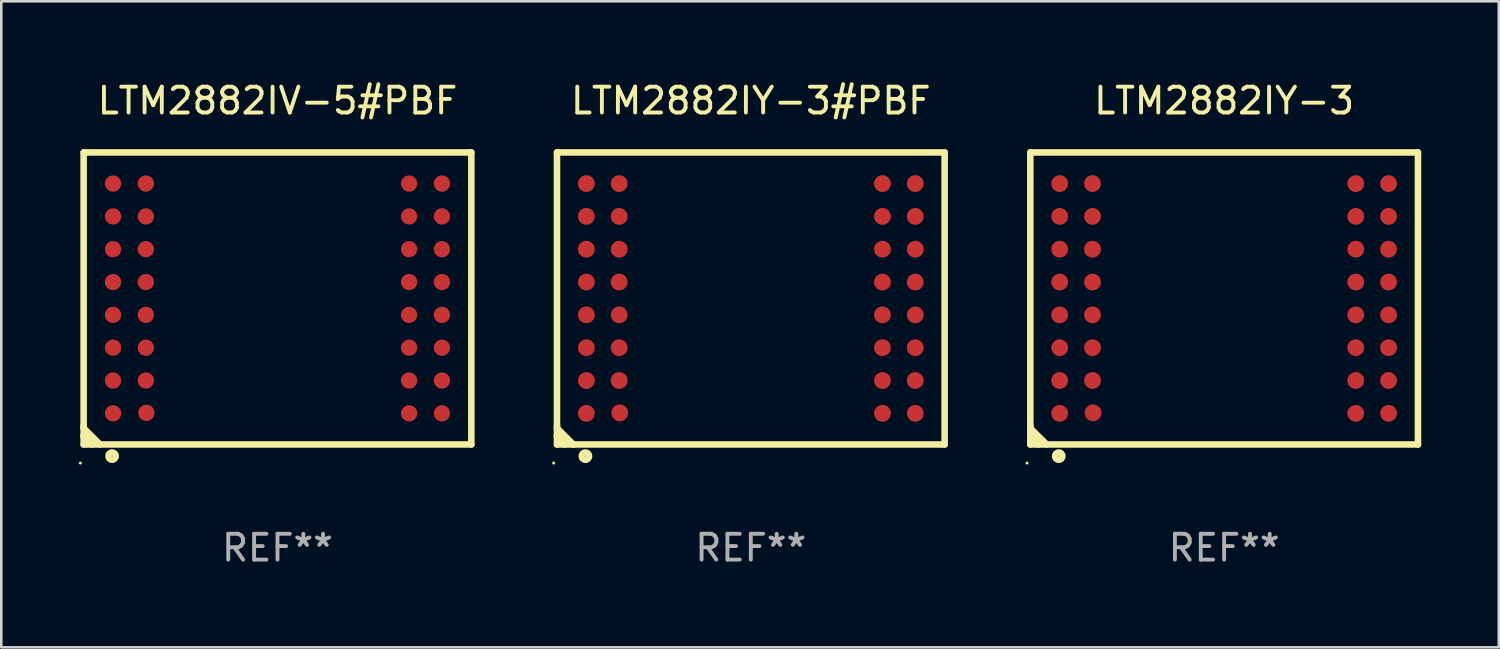
<source format=kicad_pcb>
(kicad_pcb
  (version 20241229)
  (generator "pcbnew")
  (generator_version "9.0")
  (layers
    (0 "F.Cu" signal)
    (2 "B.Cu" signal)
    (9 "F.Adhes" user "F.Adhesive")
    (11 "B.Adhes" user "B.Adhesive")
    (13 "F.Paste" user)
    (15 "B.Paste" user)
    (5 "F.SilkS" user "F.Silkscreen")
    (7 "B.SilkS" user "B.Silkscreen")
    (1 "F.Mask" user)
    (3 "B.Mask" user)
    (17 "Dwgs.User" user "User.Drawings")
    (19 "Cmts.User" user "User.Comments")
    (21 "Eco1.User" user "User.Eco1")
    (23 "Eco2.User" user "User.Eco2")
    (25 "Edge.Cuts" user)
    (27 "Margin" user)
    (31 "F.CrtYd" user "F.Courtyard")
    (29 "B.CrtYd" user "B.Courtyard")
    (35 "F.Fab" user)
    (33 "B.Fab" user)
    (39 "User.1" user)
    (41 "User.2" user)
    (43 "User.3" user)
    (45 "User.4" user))
  (footprint "LTM2882IV-5#PBF"
    (layer "F.Cu")
    (at 7.687 8.498)
    (property "Reference" "LTM2882IV-5#PBF" (at 0 -7.65 0) (layer "F.SilkS") (effects (font (size 1 1) (thickness 0.15))))
    (attr through_hole)
    (fp_line (start -7.5 -5.65) (end -7.5 5.65) (stroke (width 0.254) (type solid)) (layer "F.SilkS"))
    (fp_line (start -7.5 -5.65) (end 7.5 -5.65) (stroke (width 0.254) (type solid)) (layer "F.SilkS"))
    (fp_line (start -7.5 4.911) (end -7.5 5.02) (stroke (width 0.254) (type solid)) (layer "F.SilkS"))
    (fp_line (start -7.5 5.02) (end -6.87 5.65) (stroke (width 0.254) (type solid)) (layer "F.SilkS"))
    (fp_line (start -7.5 5.286) (end -7.5 5.347) (stroke (width 0.254) (type solid)) (layer "F.SilkS"))
    (fp_line (start -7.5 5.347) (end -7.197 5.65) (stroke (width 0.254) (type solid)) (layer "F.SilkS"))
    (fp_line (start -7.5 5.65) (end 7.5 5.65) (stroke (width 0.254) (type solid)) (layer "F.SilkS"))
    (fp_line (start 7.5 -5.65) (end 7.5 5.65) (stroke (width 0.254) (type solid)) (layer "F.SilkS"))
    (fp_circle (center -7.627 6.369) (end -7.597 6.369) (stroke (width 0.06) (type solid)) (fill no) (layer "F.SilkS"))
    (fp_circle (center -6.4 6.1) (end -6.259 6.1) (stroke (width 0.254) (type solid)) (fill no) (layer "F.SilkS"))
    (fp_text user "REF**" (at 0 9.65 0) (layer "F.Fab") (effects (font (size 1 1) (thickness 0.15))))
    (pad "A1" smd circle (at -6.363 4.445) (size 0.63 0.63) (layers "F.Cu" "F.Mask" "F.Paste"))
    (pad "A2" smd circle (at -6.363 3.175) (size 0.63 0.63) (layers "F.Cu" "F.Mask" "F.Paste"))
    (pad "A3" smd circle (at -6.363 1.905) (size 0.63 0.63) (layers "F.Cu" "F.Mask" "F.Paste"))
    (pad "A4" smd circle (at -6.363 0.635) (size 0.63 0.63) (layers "F.Cu" "F.Mask" "F.Paste"))
    (pad "A5" smd circle (at -6.363 -0.635) (size 0.63 0.63) (layers "F.Cu" "F.Mask" "F.Paste"))
    (pad "A6" smd circle (at -6.363 -1.905) (size 0.63 0.63) (layers "F.Cu" "F.Mask" "F.Paste"))
    (pad "A7" smd circle (at -6.363 -3.175) (size 0.63 0.63) (layers "F.Cu" "F.Mask" "F.Paste"))
    (pad "A8" smd circle (at -6.363 -4.445) (size 0.63 0.63) (layers "F.Cu" "F.Mask" "F.Paste"))
    (pad "B1" smd circle (at -5.072 4.425) (size 0.63 0.63) (layers "F.Cu" "F.Mask" "F.Paste"))
    (pad "B2" smd circle (at -5.093 3.175) (size 0.63 0.63) (layers "F.Cu" "F.Mask" "F.Paste"))
    (pad "B3" smd circle (at -5.093 1.905) (size 0.63 0.63) (layers "F.Cu" "F.Mask" "F.Paste"))
    (pad "B4" smd circle (at -5.093 0.635) (size 0.63 0.63) (layers "F.Cu" "F.Mask" "F.Paste"))
    (pad "B5" smd circle (at -5.093 -0.635) (size 0.63 0.63) (layers "F.Cu" "F.Mask" "F.Paste"))
    (pad "B6" smd circle (at -5.093 -1.905) (size 0.63 0.63) (layers "F.Cu" "F.Mask" "F.Paste"))
    (pad "B7" smd circle (at -5.093 -3.175) (size 0.63 0.63) (layers "F.Cu" "F.Mask" "F.Paste"))
    (pad "B8" smd circle (at -5.093 -4.445) (size 0.63 0.63) (layers "F.Cu" "F.Mask" "F.Paste"))
    (pad "K1" smd circle (at 5.093 4.445) (size 0.63 0.63) (layers "F.Cu" "F.Mask" "F.Paste"))
    (pad "K2" smd circle (at 5.093 3.175) (size 0.63 0.63) (layers "F.Cu" "F.Mask" "F.Paste"))
    (pad "K3" smd circle (at 5.093 1.905) (size 0.63 0.63) (layers "F.Cu" "F.Mask" "F.Paste"))
    (pad "K4" smd circle (at 5.093 0.635) (size 0.63 0.63) (layers "F.Cu" "F.Mask" "F.Paste"))
    (pad "K5" smd circle (at 5.093 -0.635) (size 0.63 0.63) (layers "F.Cu" "F.Mask" "F.Paste"))
    (pad "K6" smd circle (at 5.093 -1.905) (size 0.63 0.63) (layers "F.Cu" "F.Mask" "F.Paste"))
    (pad "K7" smd circle (at 5.093 -3.175) (size 0.63 0.63) (layers "F.Cu" "F.Mask" "F.Paste"))
    (pad "K8" smd circle (at 5.093 -4.445) (size 0.63 0.63) (layers "F.Cu" "F.Mask" "F.Paste"))
    (pad "L1" smd circle (at 6.363 4.445) (size 0.63 0.63) (layers "F.Cu" "F.Mask" "F.Paste"))
    (pad "L2" smd circle (at 6.363 3.175) (size 0.63 0.63) (layers "F.Cu" "F.Mask" "F.Paste"))
    (pad "L3" smd circle (at 6.363 1.905) (size 0.63 0.63) (layers "F.Cu" "F.Mask" "F.Paste"))
    (pad "L4" smd circle (at 6.363 0.635) (size 0.63 0.63) (layers "F.Cu" "F.Mask" "F.Paste"))
    (pad "L5" smd circle (at 6.363 -0.635) (size 0.63 0.63) (layers "F.Cu" "F.Mask" "F.Paste"))
    (pad "L6" smd circle (at 6.363 -1.905) (size 0.63 0.63) (layers "F.Cu" "F.Mask" "F.Paste"))
    (pad "L7" smd circle (at 6.363 -3.175) (size 0.63 0.63) (layers "F.Cu" "F.Mask" "F.Paste"))
    (pad "L8" smd circle (at 6.363 -4.445) (size 0.63 0.63) (layers "F.Cu" "F.Mask" "F.Paste")))
  (footprint "LTM2882IY-3#PBF"
    (layer "F.Cu")
    (at 26.001 8.498)
    (property "Reference" "LTM2882IY-3#PBF" (at 0 -7.65 0) (layer "F.SilkS") (effects (font (size 1 1) (thickness 0.15))))
    (attr through_hole)
    (fp_line (start -7.5 -5.65) (end -7.5 5.65) (stroke (width 0.254) (type solid)) (layer "F.SilkS"))
    (fp_line (start -7.5 -5.65) (end 7.5 -5.65) (stroke (width 0.254) (type solid)) (layer "F.SilkS"))
    (fp_line (start -7.5 4.911) (end -7.5 5.02) (stroke (width 0.254) (type solid)) (layer "F.SilkS"))
    (fp_line (start -7.5 5.02) (end -6.87 5.65) (stroke (width 0.254) (type solid)) (layer "F.SilkS"))
    (fp_line (start -7.5 5.286) (end -7.5 5.347) (stroke (width 0.254) (type solid)) (layer "F.SilkS"))
    (fp_line (start -7.5 5.347) (end -7.197 5.65) (stroke (width 0.254) (type solid)) (layer "F.SilkS"))
    (fp_line (start -7.5 5.65) (end 7.5 5.65) (stroke (width 0.254) (type solid)) (layer "F.SilkS"))
    (fp_line (start 7.5 -5.65) (end 7.5 5.65) (stroke (width 0.254) (type solid)) (layer "F.SilkS"))
    (fp_circle (center -7.627 6.369) (end -7.597 6.369) (stroke (width 0.06) (type solid)) (fill no) (layer "F.SilkS"))
    (fp_circle (center -6.4 6.1) (end -6.259 6.1) (stroke (width 0.254) (type solid)) (fill no) (layer "F.SilkS"))
    (fp_text user "REF**" (at 0 9.65 0) (layer "F.Fab") (effects (font (size 1 1) (thickness 0.15))))
    (pad "A1" smd circle (at -6.363 4.445) (size 0.65 0.65) (layers "F.Cu" "F.Mask" "F.Paste"))
    (pad "A2" smd circle (at -6.363 3.175) (size 0.65 0.65) (layers "F.Cu" "F.Mask" "F.Paste"))
    (pad "A3" smd circle (at -6.363 1.905) (size 0.65 0.65) (layers "F.Cu" "F.Mask" "F.Paste"))
    (pad "A4" smd circle (at -6.363 0.635) (size 0.65 0.65) (layers "F.Cu" "F.Mask" "F.Paste"))
    (pad "A5" smd circle (at -6.363 -0.635) (size 0.65 0.65) (layers "F.Cu" "F.Mask" "F.Paste"))
    (pad "A6" smd circle (at -6.363 -1.905) (size 0.65 0.65) (layers "F.Cu" "F.Mask" "F.Paste"))
    (pad "A7" smd circle (at -6.363 -3.175) (size 0.65 0.65) (layers "F.Cu" "F.Mask" "F.Paste"))
    (pad "A8" smd circle (at -6.363 -4.445) (size 0.65 0.65) (layers "F.Cu" "F.Mask" "F.Paste"))
    (pad "B1" smd circle (at -5.072 4.425) (size 0.65 0.65) (layers "F.Cu" "F.Mask" "F.Paste"))
    (pad "B2" smd circle (at -5.093 3.175) (size 0.65 0.65) (layers "F.Cu" "F.Mask" "F.Paste"))
    (pad "B3" smd circle (at -5.093 1.905) (size 0.65 0.65) (layers "F.Cu" "F.Mask" "F.Paste"))
    (pad "B4" smd circle (at -5.093 0.635) (size 0.65 0.65) (layers "F.Cu" "F.Mask" "F.Paste"))
    (pad "B5" smd circle (at -5.093 -0.635) (size 0.65 0.65) (layers "F.Cu" "F.Mask" "F.Paste"))
    (pad "B6" smd circle (at -5.093 -1.905) (size 0.65 0.65) (layers "F.Cu" "F.Mask" "F.Paste"))
    (pad "B7" smd circle (at -5.093 -3.175) (size 0.65 0.65) (layers "F.Cu" "F.Mask" "F.Paste"))
    (pad "B8" smd circle (at -5.093 -4.445) (size 0.65 0.65) (layers "F.Cu" "F.Mask" "F.Paste"))
    (pad "K1" smd circle (at 5.093 4.445) (size 0.65 0.65) (layers "F.Cu" "F.Mask" "F.Paste"))
    (pad "K2" smd circle (at 5.093 3.175) (size 0.65 0.65) (layers "F.Cu" "F.Mask" "F.Paste"))
    (pad "K3" smd circle (at 5.093 1.905) (size 0.65 0.65) (layers "F.Cu" "F.Mask" "F.Paste"))
    (pad "K4" smd circle (at 5.093 0.635) (size 0.65 0.65) (layers "F.Cu" "F.Mask" "F.Paste"))
    (pad "K5" smd circle (at 5.093 -0.635) (size 0.65 0.65) (layers "F.Cu" "F.Mask" "F.Paste"))
    (pad "K6" smd circle (at 5.093 -1.905) (size 0.65 0.65) (layers "F.Cu" "F.Mask" "F.Paste"))
    (pad "K7" smd circle (at 5.093 -3.175) (size 0.65 0.65) (layers "F.Cu" "F.Mask" "F.Paste"))
    (pad "K8" smd circle (at 5.093 -4.445) (size 0.65 0.65) (layers "F.Cu" "F.Mask" "F.Paste"))
    (pad "L1" smd circle (at 6.363 4.445) (size 0.65 0.65) (layers "F.Cu" "F.Mask" "F.Paste"))
    (pad "L2" smd circle (at 6.363 3.175) (size 0.65 0.65) (layers "F.Cu" "F.Mask" "F.Paste"))
    (pad "L3" smd circle (at 6.363 1.905) (size 0.65 0.65) (layers "F.Cu" "F.Mask" "F.Paste"))
    (pad "L4" smd circle (at 6.363 0.635) (size 0.65 0.65) (layers "F.Cu" "F.Mask" "F.Paste"))
    (pad "L5" smd circle (at 6.363 -0.635) (size 0.65 0.65) (layers "F.Cu" "F.Mask" "F.Paste"))
    (pad "L6" smd circle (at 6.363 -1.905) (size 0.65 0.65) (layers "F.Cu" "F.Mask" "F.Paste"))
    (pad "L7" smd circle (at 6.363 -3.175) (size 0.65 0.65) (layers "F.Cu" "F.Mask" "F.Paste"))
    (pad "L8" smd circle (at 6.363 -4.445) (size 0.65 0.65) (layers "F.Cu" "F.Mask" "F.Paste")))
  (footprint "LTM2882IY-3"
    (layer "F.Cu")
    (at 44.315 8.498)
    (property "Reference" "LTM2882IY-3" (at 0 -7.65 0) (layer "F.SilkS") (effects (font (size 1 1) (thickness 0.15))))
    (attr through_hole)
    (fp_line (start -7.5 -5.65) (end -7.5 5.65) (stroke (width 0.254) (type solid)) (layer "F.SilkS"))
    (fp_line (start -7.5 -5.65) (end 7.5 -5.65) (stroke (width 0.254) (type solid)) (layer "F.SilkS"))
    (fp_line (start -7.5 4.911) (end -7.5 5.02) (stroke (width 0.254) (type solid)) (layer "F.SilkS"))
    (fp_line (start -7.5 5.02) (end -6.87 5.65) (stroke (width 0.254) (type solid)) (layer "F.SilkS"))
    (fp_line (start -7.5 5.286) (end -7.5 5.347) (stroke (width 0.254) (type solid)) (layer "F.SilkS"))
    (fp_line (start -7.5 5.347) (end -7.197 5.65) (stroke (width 0.254) (type solid)) (layer "F.SilkS"))
    (fp_line (start -7.5 5.65) (end 7.5 5.65) (stroke (width 0.254) (type solid)) (layer "F.SilkS"))
    (fp_line (start 7.5 -5.65) (end 7.5 5.65) (stroke (width 0.254) (type solid)) (layer "F.SilkS"))
    (fp_circle (center -7.627 6.369) (end -7.597 6.369) (stroke (width 0.06) (type solid)) (fill no) (layer "F.SilkS"))
    (fp_circle (center -6.4 6.1) (end -6.259 6.1) (stroke (width 0.254) (type solid)) (fill no) (layer "F.SilkS"))
    (fp_text user "REF**" (at 0 9.65 0) (layer "F.Fab") (effects (font (size 1 1) (thickness 0.15))))
    (pad "A1" smd circle (at -6.363 4.445) (size 0.65 0.65) (layers "F.Cu" "F.Mask" "F.Paste"))
    (pad "A2" smd circle (at -6.363 3.175) (size 0.65 0.65) (layers "F.Cu" "F.Mask" "F.Paste"))
    (pad "A3" smd circle (at -6.363 1.905) (size 0.65 0.65) (layers "F.Cu" "F.Mask" "F.Paste"))
    (pad "A4" smd circle (at -6.363 0.635) (size 0.65 0.65) (layers "F.Cu" "F.Mask" "F.Paste"))
    (pad "A5" smd circle (at -6.363 -0.635) (size 0.65 0.65) (layers "F.Cu" "F.Mask" "F.Paste"))
    (pad "A6" smd circle (at -6.363 -1.905) (size 0.65 0.65) (layers "F.Cu" "F.Mask" "F.Paste"))
    (pad "A7" smd circle (at -6.363 -3.175) (size 0.65 0.65) (layers "F.Cu" "F.Mask" "F.Paste"))
    (pad "A8" smd circle (at -6.363 -4.445) (size 0.65 0.65) (layers "F.Cu" "F.Mask" "F.Paste"))
    (pad "B1" smd circle (at -5.072 4.425) (size 0.65 0.65) (layers "F.Cu" "F.Mask" "F.Paste"))
    (pad "B2" smd circle (at -5.093 3.175) (size 0.65 0.65) (layers "F.Cu" "F.Mask" "F.Paste"))
    (pad "B3" smd circle (at -5.093 1.905) (size 0.65 0.65) (layers "F.Cu" "F.Mask" "F.Paste"))
    (pad "B4" smd circle (at -5.093 0.635) (size 0.65 0.65) (layers "F.Cu" "F.Mask" "F.Paste"))
    (pad "B5" smd circle (at -5.093 -0.635) (size 0.65 0.65) (layers "F.Cu" "F.Mask" "F.Paste"))
    (pad "B6" smd circle (at -5.093 -1.905) (size 0.65 0.65) (layers "F.Cu" "F.Mask" "F.Paste"))
    (pad "B7" smd circle (at -5.093 -3.175) (size 0.65 0.65) (layers "F.Cu" "F.Mask" "F.Paste"))
    (pad "B8" smd circle (at -5.093 -4.445) (size 0.65 0.65) (layers "F.Cu" "F.Mask" "F.Paste"))
    (pad "K1" smd circle (at 5.093 4.445) (size 0.65 0.65) (layers "F.Cu" "F.Mask" "F.Paste"))
    (pad "K2" smd circle (at 5.093 3.175) (size 0.65 0.65) (layers "F.Cu" "F.Mask" "F.Paste"))
    (pad "K3" smd circle (at 5.093 1.905) (size 0.65 0.65) (layers "F.Cu" "F.Mask" "F.Paste"))
    (pad "K4" smd circle (at 5.093 0.635) (size 0.65 0.65) (layers "F.Cu" "F.Mask" "F.Paste"))
    (pad "K5" smd circle (at 5.093 -0.635) (size 0.65 0.65) (layers "F.Cu" "F.Mask" "F.Paste"))
    (pad "K6" smd circle (at 5.093 -1.905) (size 0.65 0.65) (layers "F.Cu" "F.Mask" "F.Paste"))
    (pad "K7" smd circle (at 5.093 -3.175) (size 0.65 0.65) (layers "F.Cu" "F.Mask" "F.Paste"))
    (pad "K8" smd circle (at 5.093 -4.445) (size 0.65 0.65) (layers "F.Cu" "F.Mask" "F.Paste"))
    (pad "L1" smd circle (at 6.363 4.445) (size 0.65 0.65) (layers "F.Cu" "F.Mask" "F.Paste"))
    (pad "L2" smd circle (at 6.363 3.175) (size 0.65 0.65) (layers "F.Cu" "F.Mask" "F.Paste"))
    (pad "L3" smd circle (at 6.363 1.905) (size 0.65 0.65) (layers "F.Cu" "F.Mask" "F.Paste"))
    (pad "L4" smd circle (at 6.363 0.635) (size 0.65 0.65) (layers "F.Cu" "F.Mask" "F.Paste"))
    (pad "L5" smd circle (at 6.363 -0.635) (size 0.65 0.65) (layers "F.Cu" "F.Mask" "F.Paste"))
    (pad "L6" smd circle (at 6.363 -1.905) (size 0.65 0.65) (layers "F.Cu" "F.Mask" "F.Paste"))
    (pad "L7" smd circle (at 6.363 -3.175) (size 0.65 0.65) (layers "F.Cu" "F.Mask" "F.Paste"))
    (pad "L8" smd circle (at 6.363 -4.445) (size 0.65 0.65) (layers "F.Cu" "F.Mask" "F.Paste")))
  (gr_rect
    (start -3 -3)
    (end 54.942 21.997)
    (stroke (width 0.1) (type default))
    (fill no)
    (layer "Edge.Cuts")))
</source>
